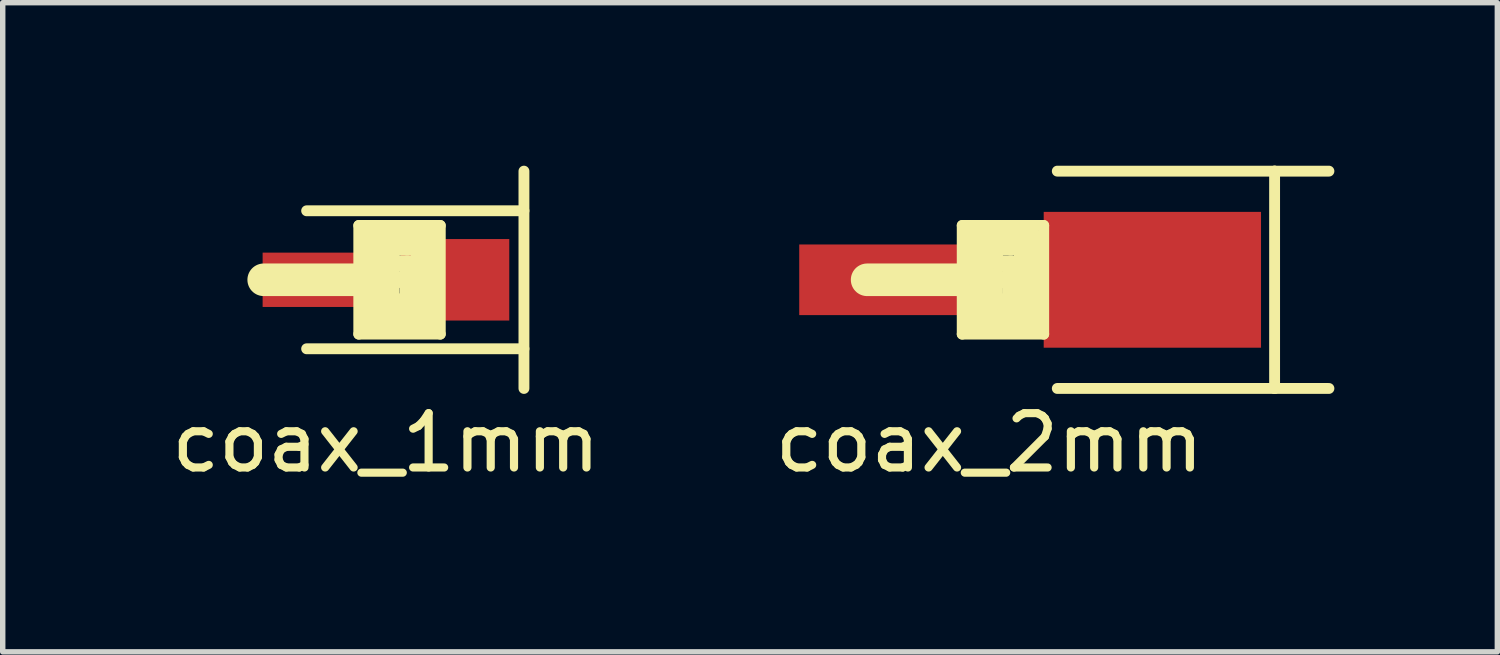
<source format=kicad_pcb>
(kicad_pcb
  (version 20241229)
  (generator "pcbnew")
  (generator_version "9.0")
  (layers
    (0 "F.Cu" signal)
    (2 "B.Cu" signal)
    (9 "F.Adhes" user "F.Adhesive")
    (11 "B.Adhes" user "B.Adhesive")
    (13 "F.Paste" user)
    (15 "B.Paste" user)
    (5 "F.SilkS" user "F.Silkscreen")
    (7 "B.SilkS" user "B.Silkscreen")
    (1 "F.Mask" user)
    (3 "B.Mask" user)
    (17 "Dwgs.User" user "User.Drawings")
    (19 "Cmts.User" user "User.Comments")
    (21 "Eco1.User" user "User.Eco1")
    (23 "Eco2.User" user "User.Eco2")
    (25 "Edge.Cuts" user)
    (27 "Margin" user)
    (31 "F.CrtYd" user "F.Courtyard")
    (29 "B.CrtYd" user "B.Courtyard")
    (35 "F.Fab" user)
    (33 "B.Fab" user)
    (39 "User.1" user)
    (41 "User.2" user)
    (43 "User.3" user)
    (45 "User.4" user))
  (footprint "coax_1mm"
    (layer "F.Cu")
    (at 4.054 2.1)
    (property "Reference" "coax_1mm" (at 0 3 0) (layer "F.SilkS") (effects (font (size 1 1) (thickness 0.15))))
    (attr through_hole)
    (fp_line (start -1.46 -1.27) (end 2.54 -1.27) (stroke (width 0.2) (type solid)) (layer "F.SilkS"))
    (fp_line (start -0.5 -1) (end 1 -1) (stroke (width 0.2) (type solid)) (layer "F.SilkS"))
    (fp_line (start -0.5 0) (end -2.25 0) (stroke (width 0.6) (type solid)) (layer "F.SilkS"))
    (fp_line (start -0.5 1) (end -0.5 -1) (stroke (width 0.2) (type solid)) (layer "F.SilkS"))
    (fp_line (start -0.3 -0.9) (end -0.3 0.8) (stroke (width 0.3) (type solid)) (layer "F.SilkS"))
    (fp_line (start -0.3 0.8) (end 0.8 0.8) (stroke (width 0.3) (type solid)) (layer "F.SilkS"))
    (fp_line (start -0.25 0) (end 0.75 0) (stroke (width 0.3) (type solid)) (layer "F.SilkS"))
    (fp_line (start -0.1 -0.8) (end -0.1 0.6) (stroke (width 0.3) (type solid)) (layer "F.SilkS"))
    (fp_line (start -0.1 0.6) (end 0.6 0.6) (stroke (width 0.3) (type solid)) (layer "F.SilkS"))
    (fp_line (start 0.1 -0.6) (end 0.1 0.4) (stroke (width 0.3) (type solid)) (layer "F.SilkS"))
    (fp_line (start 0.1 0.4) (end 0.4 0.4) (stroke (width 0.3) (type solid)) (layer "F.SilkS"))
    (fp_line (start 0.4 -0.3) (end 0.2 -0.3) (stroke (width 0.3) (type solid)) (layer "F.SilkS"))
    (fp_line (start 0.4 0.4) (end 0.4 -0.3) (stroke (width 0.3) (type solid)) (layer "F.SilkS"))
    (fp_line (start 0.6 -0.6) (end 0.1 -0.6) (stroke (width 0.3) (type solid)) (layer "F.SilkS"))
    (fp_line (start 0.6 0.6) (end 0.6 -0.6) (stroke (width 0.3) (type solid)) (layer "F.SilkS"))
    (fp_line (start 0.8 -0.8) (end -0.1 -0.8) (stroke (width 0.3) (type solid)) (layer "F.SilkS"))
    (fp_line (start 0.8 0.8) (end 0.8 -0.8) (stroke (width 0.3) (type solid)) (layer "F.SilkS"))
    (fp_line (start 1 -1) (end 1 1) (stroke (width 0.2) (type solid)) (layer "F.SilkS"))
    (fp_line (start 1 1) (end -0.5 1) (stroke (width 0.2) (type solid)) (layer "F.SilkS"))
    (fp_line (start 2.54 -2) (end 2.54 2) (stroke (width 0.2) (type solid)) (layer "F.SilkS"))
    (fp_line (start 2.54 1.27) (end -1.46 1.27) (stroke (width 0.2) (type solid)) (layer "F.SilkS"))
    (pad "1" smd rect (at -1.27 0) (size 2 1) (layers "F.Cu" "F.Mask" "F.Paste"))
    (pad "2" smd rect (at 1.27 0) (size 2 1.5) (layers "F.Cu" "F.Mask" "F.Paste")))
  (footprint "coax_2mm"
    (layer "F.Cu")
    (at 15.161 2.1)
    (property "Reference" "coax_2mm" (at 0 3 0) (layer "F.SilkS") (effects (font (size 1 1) (thickness 0.15))))
    (attr through_hole)
    (fp_line (start -0.5 -1) (end 1 -1) (stroke (width 0.2) (type solid)) (layer "F.SilkS"))
    (fp_line (start -0.5 0) (end -2.25 0) (stroke (width 0.6) (type solid)) (layer "F.SilkS"))
    (fp_line (start -0.5 1) (end -0.5 -1) (stroke (width 0.2) (type solid)) (layer "F.SilkS"))
    (fp_line (start -0.3 -0.9) (end -0.3 0.8) (stroke (width 0.3) (type solid)) (layer "F.SilkS"))
    (fp_line (start -0.3 0.8) (end 0.8 0.8) (stroke (width 0.3) (type solid)) (layer "F.SilkS"))
    (fp_line (start -0.25 0) (end 0.75 0) (stroke (width 0.3) (type solid)) (layer "F.SilkS"))
    (fp_line (start -0.1 -0.8) (end -0.1 0.6) (stroke (width 0.3) (type solid)) (layer "F.SilkS"))
    (fp_line (start -0.1 0.6) (end 0.6 0.6) (stroke (width 0.3) (type solid)) (layer "F.SilkS"))
    (fp_line (start 0.1 -0.6) (end 0.1 0.4) (stroke (width 0.3) (type solid)) (layer "F.SilkS"))
    (fp_line (start 0.1 0.4) (end 0.4 0.4) (stroke (width 0.3) (type solid)) (layer "F.SilkS"))
    (fp_line (start 0.4 -0.3) (end 0.2 -0.3) (stroke (width 0.3) (type solid)) (layer "F.SilkS"))
    (fp_line (start 0.4 0.4) (end 0.4 -0.3) (stroke (width 0.3) (type solid)) (layer "F.SilkS"))
    (fp_line (start 0.6 -0.6) (end 0.1 -0.6) (stroke (width 0.3) (type solid)) (layer "F.SilkS"))
    (fp_line (start 0.6 0.6) (end 0.6 -0.6) (stroke (width 0.3) (type solid)) (layer "F.SilkS"))
    (fp_line (start 0.8 -0.8) (end -0.1 -0.8) (stroke (width 0.3) (type solid)) (layer "F.SilkS"))
    (fp_line (start 0.8 0.8) (end 0.8 -0.8) (stroke (width 0.3) (type solid)) (layer "F.SilkS"))
    (fp_line (start 1 -1) (end 1 1) (stroke (width 0.2) (type solid)) (layer "F.SilkS"))
    (fp_line (start 1 1) (end -0.5 1) (stroke (width 0.2) (type solid)) (layer "F.SilkS"))
    (fp_line (start 1.25 -2) (end 5.25 -2) (stroke (width 0.2) (type solid)) (layer "F.SilkS"))
    (fp_line (start 5.25 -2) (end 5.25 2) (stroke (width 0.2) (type solid)) (layer "F.SilkS"))
    (fp_line (start 5.25 -2) (end 6.25 -2) (stroke (width 0.2) (type solid)) (layer "F.SilkS"))
    (fp_line (start 5.25 2) (end 1.25 2) (stroke (width 0.2) (type solid)) (layer "F.SilkS"))
    (fp_line (start 5.25 2) (end 6.25 2) (stroke (width 0.2) (type solid)) (layer "F.SilkS"))
    (pad "1" smd rect (at -2 0) (size 3 1.3) (layers "F.Cu" "F.Mask" "F.Paste"))
    (pad "2" smd rect (at 3 0) (size 4 2.5) (layers "F.Cu" "F.Mask" "F.Paste")))
  (gr_rect
    (start -3 -3)
    (end 24.511 8.948)
    (stroke (width 0.1) (type default))
    (fill no)
    (layer "Edge.Cuts")))
</source>
